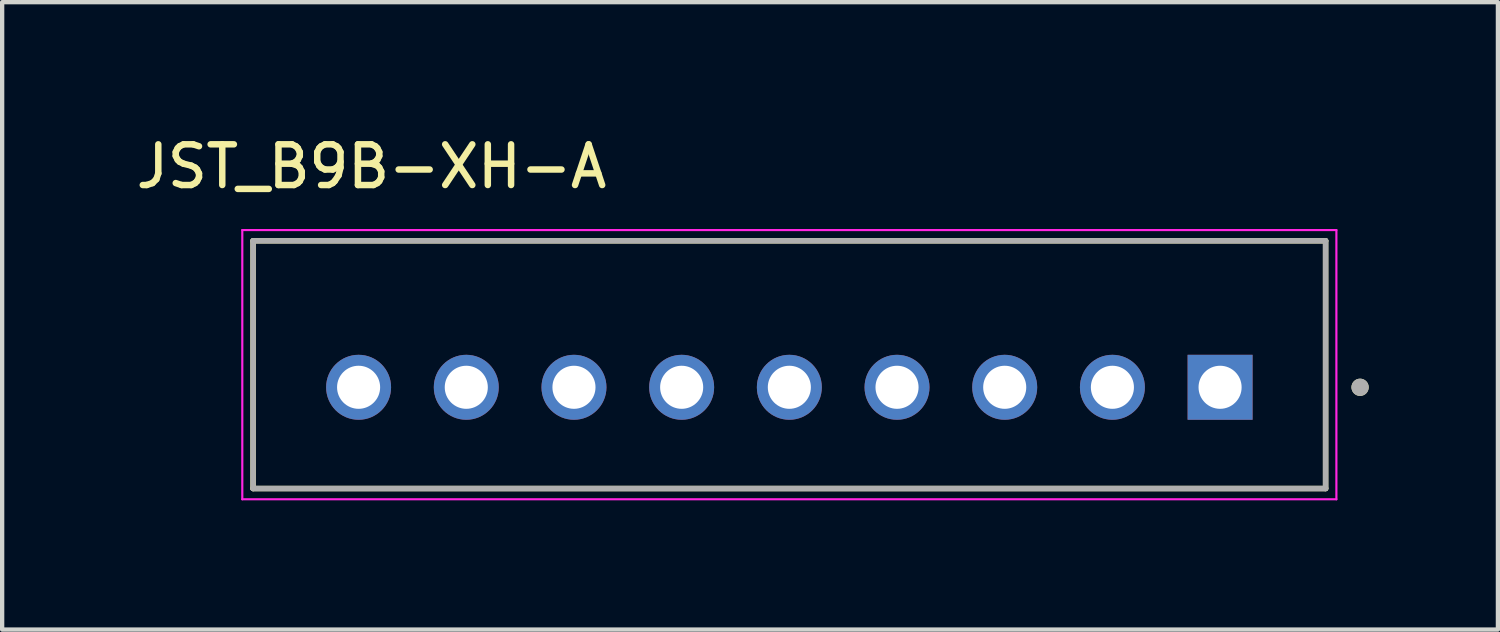
<source format=kicad_pcb>
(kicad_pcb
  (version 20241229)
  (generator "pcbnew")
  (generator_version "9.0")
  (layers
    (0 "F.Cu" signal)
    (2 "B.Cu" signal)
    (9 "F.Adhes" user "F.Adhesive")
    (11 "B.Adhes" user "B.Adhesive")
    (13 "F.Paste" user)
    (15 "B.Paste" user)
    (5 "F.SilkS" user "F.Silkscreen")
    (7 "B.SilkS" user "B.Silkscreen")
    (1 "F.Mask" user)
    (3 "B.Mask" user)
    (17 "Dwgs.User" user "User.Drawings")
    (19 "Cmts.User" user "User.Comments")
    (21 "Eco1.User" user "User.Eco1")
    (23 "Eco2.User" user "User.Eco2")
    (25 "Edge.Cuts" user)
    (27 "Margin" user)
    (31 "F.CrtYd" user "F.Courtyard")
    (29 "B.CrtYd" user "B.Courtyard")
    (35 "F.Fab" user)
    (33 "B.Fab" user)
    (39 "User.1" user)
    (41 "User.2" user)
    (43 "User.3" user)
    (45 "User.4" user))
  (footprint "JST_B9B-XH-A"
    (layer "F.Cu")
    (at 15.275 5.416)
    (property "Reference" "JST_B9B-XH-A" (at -9.7 -4.6 0) (layer "F.SilkS") (effects (font (size 0.945 0.945) (thickness 0.15))))
    (attr through_hole)
    (fp_line (start -12.45 -2.875) (end 12.45 -2.875) (stroke (width 0.127) (type solid)) (layer "F.SilkS"))
    (fp_line (start -12.45 2.875) (end -12.45 -2.875) (stroke (width 0.127) (type solid)) (layer "F.SilkS"))
    (fp_line (start 12.45 -2.875) (end 12.45 2.875) (stroke (width 0.127) (type solid)) (layer "F.SilkS"))
    (fp_line (start 12.45 2.875) (end -12.45 2.875) (stroke (width 0.127) (type solid)) (layer "F.SilkS"))
    (fp_circle (center 13.25 0.525) (end 13.35 0.525) (stroke (width 0.2) (type solid)) (fill no) (layer "F.SilkS"))
    (fp_line (start -12.7 -3.125) (end 12.7 -3.125) (stroke (width 0.05) (type solid)) (layer "F.CrtYd"))
    (fp_line (start -12.7 3.125) (end -12.7 -3.125) (stroke (width 0.05) (type solid)) (layer "F.CrtYd"))
    (fp_line (start 12.7 -3.125) (end 12.7 3.125) (stroke (width 0.05) (type solid)) (layer "F.CrtYd"))
    (fp_line (start 12.7 3.125) (end -12.7 3.125) (stroke (width 0.05) (type solid)) (layer "F.CrtYd"))
    (fp_line (start -12.45 -2.875) (end 12.45 -2.875) (stroke (width 0.127) (type solid)) (layer "F.Fab"))
    (fp_line (start -12.45 2.875) (end -12.45 -2.875) (stroke (width 0.127) (type solid)) (layer "F.Fab"))
    (fp_line (start 12.45 -2.875) (end 12.45 2.875) (stroke (width 0.127) (type solid)) (layer "F.Fab"))
    (fp_line (start 12.45 2.875) (end -12.45 2.875) (stroke (width 0.127) (type solid)) (layer "F.Fab"))
    (fp_circle (center 13.25 0.525) (end 13.35 0.525) (stroke (width 0.2) (type solid)) (fill no) (layer "F.Fab"))
    (pad "1" thru_hole rect (at 10 0.525) (size 1.508 1.508) (drill 1) (layers "*.Cu" "*.Mask"))
    (pad "2" thru_hole circle (at 7.5 0.525) (size 1.508 1.508) (drill 1) (layers "*.Cu" "*.Mask"))
    (pad "3" thru_hole circle (at 5 0.525) (size 1.508 1.508) (drill 1) (layers "*.Cu" "*.Mask"))
    (pad "4" thru_hole circle (at 2.5 0.525) (size 1.508 1.508) (drill 1) (layers "*.Cu" "*.Mask"))
    (pad "5" thru_hole circle (at 0 0.525) (size 1.508 1.508) (drill 1) (layers "*.Cu" "*.Mask"))
    (pad "6" thru_hole circle (at -2.5 0.525) (size 1.508 1.508) (drill 1) (layers "*.Cu" "*.Mask"))
    (pad "7" thru_hole circle (at -5 0.525) (size 1.508 1.508) (drill 1) (layers "*.Cu" "*.Mask"))
    (pad "8" thru_hole circle (at -7.5 0.525) (size 1.508 1.508) (drill 1) (layers "*.Cu" "*.Mask"))
    (pad "9" thru_hole circle (at -10 0.525) (size 1.508 1.508) (drill 1) (layers "*.Cu" "*.Mask")))
  (gr_rect
    (start -3 -3)
    (end 31.725 11.566)
    (stroke (width 0.1) (type default))
    (fill no)
    (layer "Edge.Cuts")))
</source>
